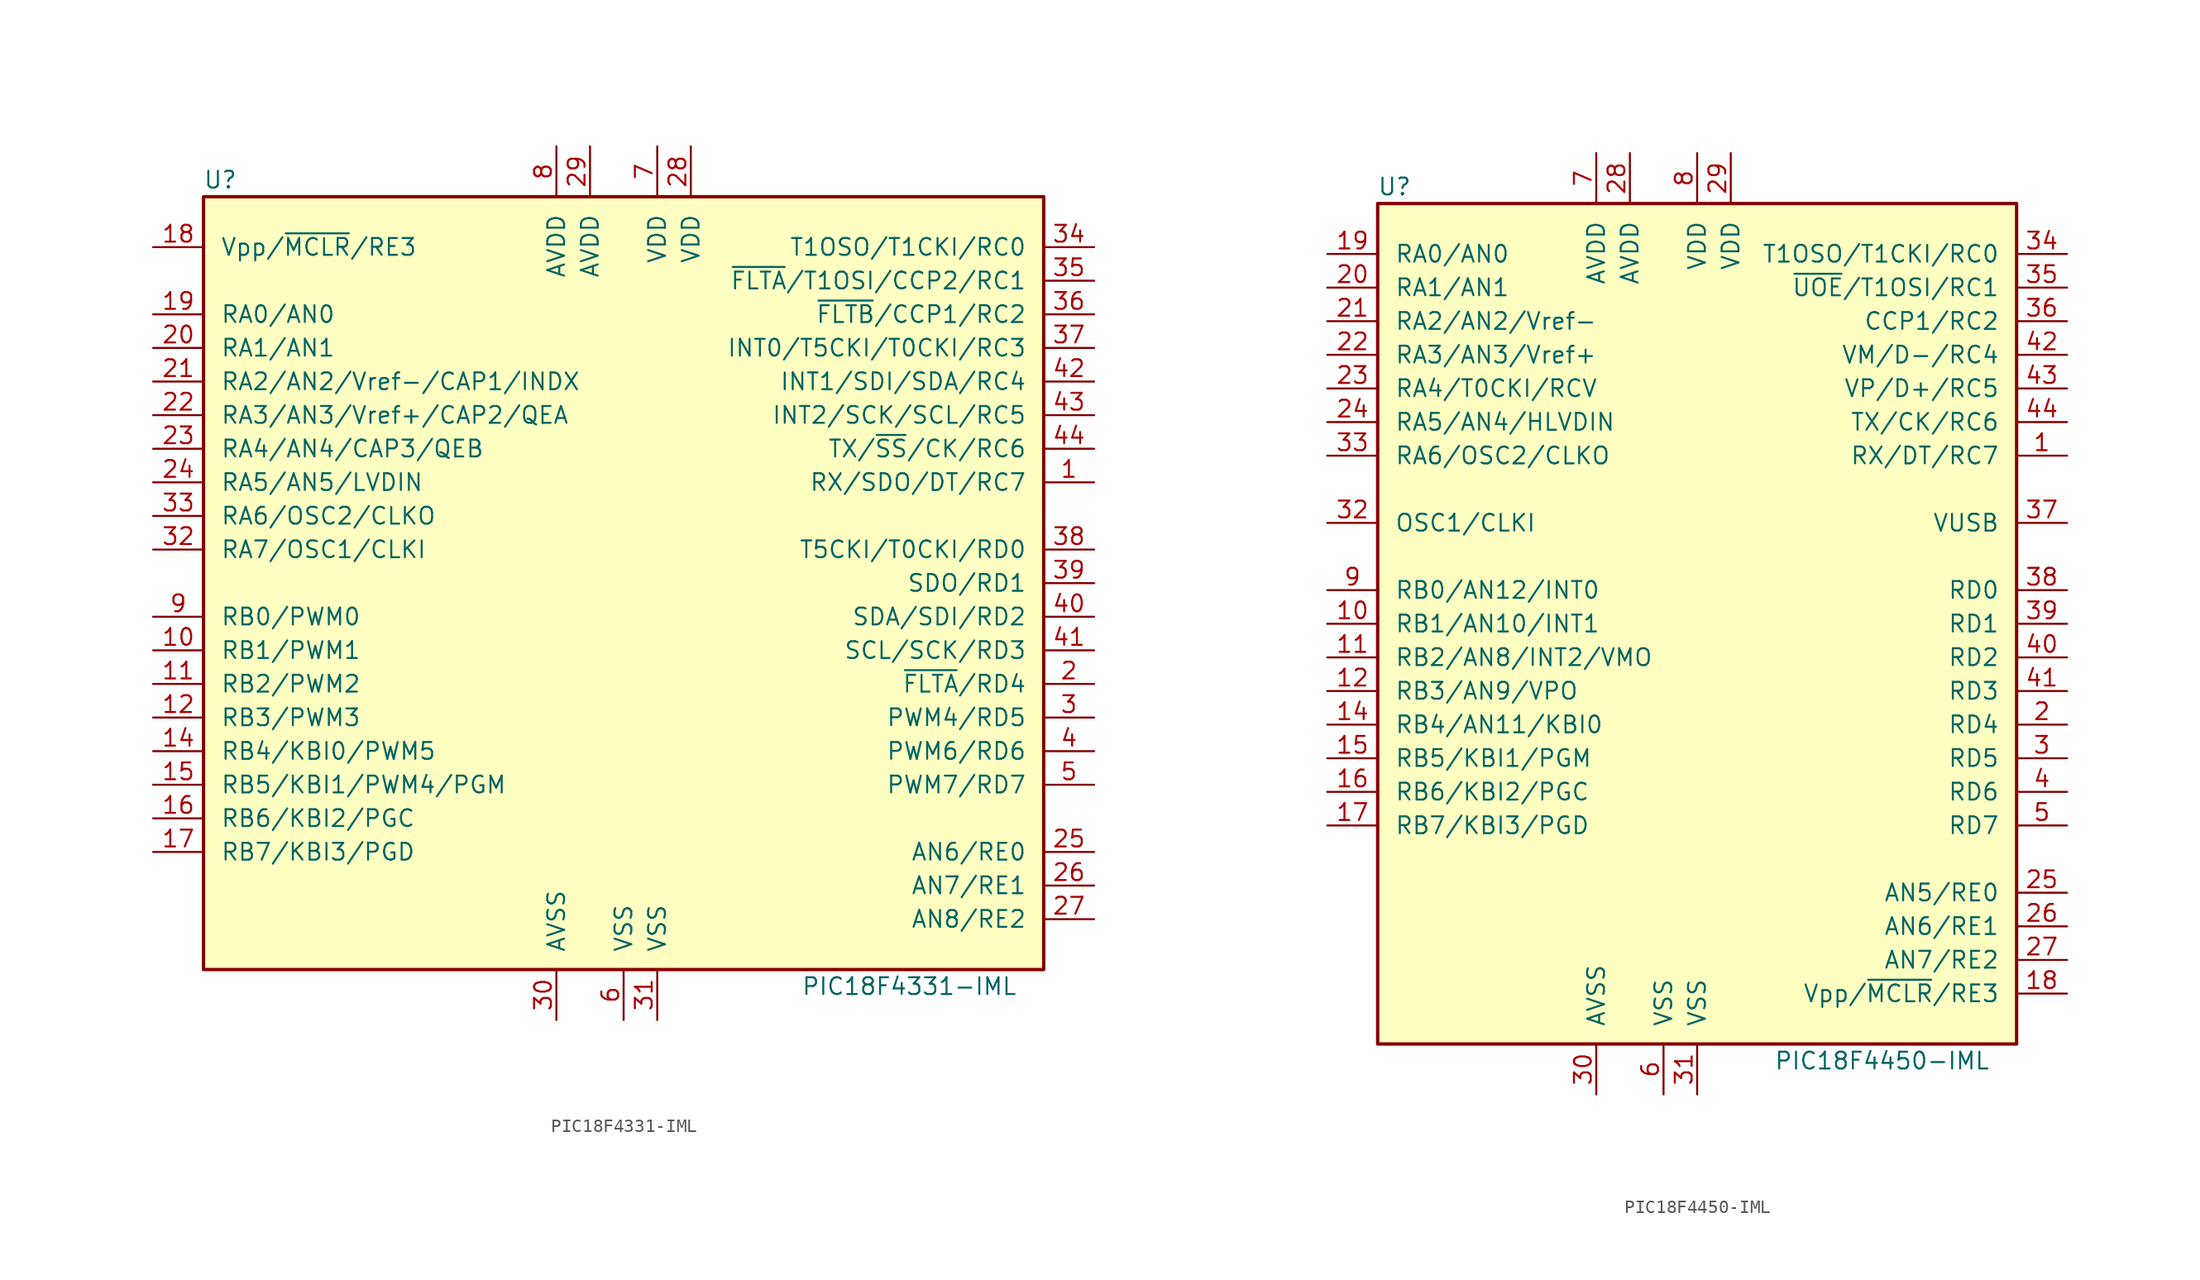
<source format=kicad_sym>
(kicad_symbol_lib
  (version 20200908)
  (generator kicad_symbol_editor)
  (symbol "MCU_Microchip_PIC18:PIC18F4331-IML"
    (pin_names
      (offset 1.27))
    (property "Reference" "U"
      (at -30.48 30.48 0)
      (effects (font (size 1.27 1.27))))
    (property "Value" "PIC18F4331-IML"
      (at 21.59 -30.48 0)
      (effects (font (size 1.27 1.27))))
    (symbol "PIC18F4331-IML_0_1"
      (rectangle (start -31.75 29.21) (end 31.75 -29.21) (stroke (width 0.254)) (fill (type background))))
    (symbol "PIC18F4331-IML_1_1"
      (pin bidirectional line (at 35.56 7.62 180) (length 3.81) (name "RX/SDO/DT/RC7" (effects (font (size 1.27 1.27)))) (number "1" (effects (font (size 1.27 1.27)))))
      (pin bidirectional line (at -35.56 -5.08 0) (length 3.81) (name "RB1/PWM1" (effects (font (size 1.27 1.27)))) (number "10" (effects (font (size 1.27 1.27)))))
      (pin bidirectional line (at -35.56 -7.62 0) (length 3.81) (name "RB2/PWM2" (effects (font (size 1.27 1.27)))) (number "11" (effects (font (size 1.27 1.27)))))
      (pin bidirectional line (at -35.56 -10.16 0) (length 3.81) (name "RB3/PWM3" (effects (font (size 1.27 1.27)))) (number "12" (effects (font (size 1.27 1.27)))))
      (pin unconnected line (at -10.16 -33.02 90) (length 3.81) hide (name "NC" (effects (font (size 1.27 1.27)))) (number "13" (effects (font (size 1.27 1.27)))))
      (pin bidirectional line (at -35.56 -12.7 0) (length 3.81) (name "RB4/KBI0/PWM5" (effects (font (size 1.27 1.27)))) (number "14" (effects (font (size 1.27 1.27)))))
      (pin bidirectional line (at -35.56 -15.24 0) (length 3.81) (name "RB5/KBI1/PWM4/PGM" (effects (font (size 1.27 1.27)))) (number "15" (effects (font (size 1.27 1.27)))))
      (pin bidirectional line (at -35.56 -17.78 0) (length 3.81) (name "RB6/KBI2/PGC" (effects (font (size 1.27 1.27)))) (number "16" (effects (font (size 1.27 1.27)))))
      (pin bidirectional line (at -35.56 -20.32 0) (length 3.81) (name "RB7/KBI3/PGD" (effects (font (size 1.27 1.27)))) (number "17" (effects (font (size 1.27 1.27)))))
      (pin input line (at -35.56 25.4 0) (length 3.81) (name "Vpp/~MCLR~/RE3" (effects (font (size 1.27 1.27)))) (number "18" (effects (font (size 1.27 1.27)))))
      (pin bidirectional line (at -35.56 20.32 0) (length 3.81) (name "RA0/AN0" (effects (font (size 1.27 1.27)))) (number "19" (effects (font (size 1.27 1.27)))))
      (pin bidirectional line (at 35.56 -7.62 180) (length 3.81) (name "~FLTA~/RD4" (effects (font (size 1.27 1.27)))) (number "2" (effects (font (size 1.27 1.27)))))
      (pin bidirectional line (at -35.56 17.78 0) (length 3.81) (name "RA1/AN1" (effects (font (size 1.27 1.27)))) (number "20" (effects (font (size 1.27 1.27)))))
      (pin bidirectional line (at -35.56 15.24 0) (length 3.81) (name "RA2/AN2/Vref-/CAP1/INDX" (effects (font (size 1.27 1.27)))) (number "21" (effects (font (size 1.27 1.27)))))
      (pin bidirectional line (at -35.56 12.7 0) (length 3.81) (name "RA3/AN3/Vref+/CAP2/QEA" (effects (font (size 1.27 1.27)))) (number "22" (effects (font (size 1.27 1.27)))))
      (pin bidirectional line (at -35.56 10.16 0) (length 3.81) (name "RA4/AN4/CAP3/QEB" (effects (font (size 1.27 1.27)))) (number "23" (effects (font (size 1.27 1.27)))))
      (pin bidirectional line (at -35.56 7.62 0) (length 3.81) (name "RA5/AN5/LVDIN" (effects (font (size 1.27 1.27)))) (number "24" (effects (font (size 1.27 1.27)))))
      (pin bidirectional line (at 35.56 -20.32 180) (length 3.81) (name "AN6/RE0" (effects (font (size 1.27 1.27)))) (number "25" (effects (font (size 1.27 1.27)))))
      (pin bidirectional line (at 35.56 -22.86 180) (length 3.81) (name "AN7/RE1" (effects (font (size 1.27 1.27)))) (number "26" (effects (font (size 1.27 1.27)))))
      (pin bidirectional line (at 35.56 -25.4 180) (length 3.81) (name "AN8/RE2" (effects (font (size 1.27 1.27)))) (number "27" (effects (font (size 1.27 1.27)))))
      (pin power_in line (at 5.08 33.02 270) (length 3.81) (name "VDD" (effects (font (size 1.27 1.27)))) (number "28" (effects (font (size 1.27 1.27)))))
      (pin power_in line (at -2.54 33.02 270) (length 3.81) (name "AVDD" (effects (font (size 1.27 1.27)))) (number "29" (effects (font (size 1.27 1.27)))))
      (pin bidirectional line (at 35.56 -10.16 180) (length 3.81) (name "PWM4/RD5" (effects (font (size 1.27 1.27)))) (number "3" (effects (font (size 1.27 1.27)))))
      (pin power_in line (at -5.08 -33.02 90) (length 3.81) (name "AVSS" (effects (font (size 1.27 1.27)))) (number "30" (effects (font (size 1.27 1.27)))))
      (pin power_in line (at 2.54 -33.02 90) (length 3.81) (name "VSS" (effects (font (size 1.27 1.27)))) (number "31" (effects (font (size 1.27 1.27)))))
      (pin bidirectional line (at -35.56 2.54 0) (length 3.81) (name "RA7/OSC1/CLKI" (effects (font (size 1.27 1.27)))) (number "32" (effects (font (size 1.27 1.27)))))
      (pin bidirectional line (at -35.56 5.08 0) (length 3.81) (name "RA6/OSC2/CLKO" (effects (font (size 1.27 1.27)))) (number "33" (effects (font (size 1.27 1.27)))))
      (pin bidirectional line (at 35.56 25.4 180) (length 3.81) (name "T1OSO/T1CKI/RC0" (effects (font (size 1.27 1.27)))) (number "34" (effects (font (size 1.27 1.27)))))
      (pin bidirectional line (at 35.56 22.86 180) (length 3.81) (name "~FLTA~/T1OSI/CCP2/RC1" (effects (font (size 1.27 1.27)))) (number "35" (effects (font (size 1.27 1.27)))))
      (pin bidirectional line (at 35.56 20.32 180) (length 3.81) (name "~FLTB~/CCP1/RC2" (effects (font (size 1.27 1.27)))) (number "36" (effects (font (size 1.27 1.27)))))
      (pin bidirectional line (at 35.56 17.78 180) (length 3.81) (name "INT0/T5CKI/T0CKI/RC3" (effects (font (size 1.27 1.27)))) (number "37" (effects (font (size 1.27 1.27)))))
      (pin bidirectional line (at 35.56 2.54 180) (length 3.81) (name "T5CKI/T0CKI/RD0" (effects (font (size 1.27 1.27)))) (number "38" (effects (font (size 1.27 1.27)))))
      (pin bidirectional line (at 35.56 0 180) (length 3.81) (name "SDO/RD1" (effects (font (size 1.27 1.27)))) (number "39" (effects (font (size 1.27 1.27)))))
      (pin bidirectional line (at 35.56 -12.7 180) (length 3.81) (name "PWM6/RD6" (effects (font (size 1.27 1.27)))) (number "4" (effects (font (size 1.27 1.27)))))
      (pin bidirectional line (at 35.56 -2.54 180) (length 3.81) (name "SDA/SDI/RD2" (effects (font (size 1.27 1.27)))) (number "40" (effects (font (size 1.27 1.27)))))
      (pin bidirectional line (at 35.56 -5.08 180) (length 3.81) (name "SCL/SCK/RD3" (effects (font (size 1.27 1.27)))) (number "41" (effects (font (size 1.27 1.27)))))
      (pin bidirectional line (at 35.56 15.24 180) (length 3.81) (name "INT1/SDI/SDA/RC4" (effects (font (size 1.27 1.27)))) (number "42" (effects (font (size 1.27 1.27)))))
      (pin bidirectional line (at 35.56 12.7 180) (length 3.81) (name "INT2/SCK/SCL/RC5" (effects (font (size 1.27 1.27)))) (number "43" (effects (font (size 1.27 1.27)))))
      (pin bidirectional line (at 35.56 10.16 180) (length 3.81) (name "TX/~SS~/CK/RC6" (effects (font (size 1.27 1.27)))) (number "44" (effects (font (size 1.27 1.27)))))
      (pin bidirectional line (at 35.56 -15.24 180) (length 3.81) (name "PWM7/RD7" (effects (font (size 1.27 1.27)))) (number "5" (effects (font (size 1.27 1.27)))))
      (pin power_in line (at 0 -33.02 90) (length 3.81) (name "VSS" (effects (font (size 1.27 1.27)))) (number "6" (effects (font (size 1.27 1.27)))))
      (pin power_in line (at 2.54 33.02 270) (length 3.81) (name "VDD" (effects (font (size 1.27 1.27)))) (number "7" (effects (font (size 1.27 1.27)))))
      (pin power_in line (at -5.08 33.02 270) (length 3.81) (name "AVDD" (effects (font (size 1.27 1.27)))) (number "8" (effects (font (size 1.27 1.27)))))
      (pin bidirectional line (at -35.56 -2.54 0) (length 3.81) (name "RB0/PWM0" (effects (font (size 1.27 1.27)))) (number "9" (effects (font (size 1.27 1.27)))))))
  (symbol "MCU_Microchip_PIC18:PIC18F4450-IML"
    (pin_names
      (offset 1.27))
    (property "Reference" "U"
      (at -22.86 33.02 0)
      (effects (font (size 1.27 1.27))))
    (property "Value" "PIC18F4450-IML"
      (at 13.97 -33.02 0)
      (effects (font (size 1.27 1.27))))
    (symbol "PIC18F4450-IML_0_1"
      (rectangle (start -24.13 31.75) (end 24.13 -31.75) (stroke (width 0.254)) (fill (type background))))
    (symbol "PIC18F4450-IML_1_1"
      (pin bidirectional line (at 27.94 12.7 180) (length 3.81) (name "RX/DT/RC7" (effects (font (size 1.27 1.27)))) (number "1" (effects (font (size 1.27 1.27)))))
      (pin bidirectional line (at -27.94 0 0) (length 3.81) (name "RB1/AN10/INT1" (effects (font (size 1.27 1.27)))) (number "10" (effects (font (size 1.27 1.27)))))
      (pin bidirectional line (at -27.94 -2.54 0) (length 3.81) (name "RB2/AN8/INT2/VMO" (effects (font (size 1.27 1.27)))) (number "11" (effects (font (size 1.27 1.27)))))
      (pin bidirectional line (at -27.94 -5.08 0) (length 3.81) (name "RB3/AN9/VPO" (effects (font (size 1.27 1.27)))) (number "12" (effects (font (size 1.27 1.27)))))
      (pin unconnected line (at -12.7 -35.56 90) (length 3.81) hide (name "NC" (effects (font (size 1.27 1.27)))) (number "13" (effects (font (size 1.27 1.27)))))
      (pin bidirectional line (at -27.94 -7.62 0) (length 3.81) (name "RB4/AN11/KBI0" (effects (font (size 1.27 1.27)))) (number "14" (effects (font (size 1.27 1.27)))))
      (pin bidirectional line (at -27.94 -10.16 0) (length 3.81) (name "RB5/KBI1/PGM" (effects (font (size 1.27 1.27)))) (number "15" (effects (font (size 1.27 1.27)))))
      (pin bidirectional line (at -27.94 -12.7 0) (length 3.81) (name "RB6/KBI2/PGC" (effects (font (size 1.27 1.27)))) (number "16" (effects (font (size 1.27 1.27)))))
      (pin bidirectional line (at -27.94 -15.24 0) (length 3.81) (name "RB7/KBI3/PGD" (effects (font (size 1.27 1.27)))) (number "17" (effects (font (size 1.27 1.27)))))
      (pin input line (at 27.94 -27.94 180) (length 3.81) (name "Vpp/~MCLR~/RE3" (effects (font (size 1.27 1.27)))) (number "18" (effects (font (size 1.27 1.27)))))
      (pin bidirectional line (at -27.94 27.94 0) (length 3.81) (name "RA0/AN0" (effects (font (size 1.27 1.27)))) (number "19" (effects (font (size 1.27 1.27)))))
      (pin bidirectional line (at 27.94 -7.62 180) (length 3.81) (name "RD4" (effects (font (size 1.27 1.27)))) (number "2" (effects (font (size 1.27 1.27)))))
      (pin bidirectional line (at -27.94 25.4 0) (length 3.81) (name "RA1/AN1" (effects (font (size 1.27 1.27)))) (number "20" (effects (font (size 1.27 1.27)))))
      (pin bidirectional line (at -27.94 22.86 0) (length 3.81) (name "RA2/AN2/Vref-" (effects (font (size 1.27 1.27)))) (number "21" (effects (font (size 1.27 1.27)))))
      (pin bidirectional line (at -27.94 20.32 0) (length 3.81) (name "RA3/AN3/Vref+" (effects (font (size 1.27 1.27)))) (number "22" (effects (font (size 1.27 1.27)))))
      (pin bidirectional line (at -27.94 17.78 0) (length 3.81) (name "RA4/T0CKI/RCV" (effects (font (size 1.27 1.27)))) (number "23" (effects (font (size 1.27 1.27)))))
      (pin bidirectional line (at -27.94 15.24 0) (length 3.81) (name "RA5/AN4/HLVDIN" (effects (font (size 1.27 1.27)))) (number "24" (effects (font (size 1.27 1.27)))))
      (pin bidirectional line (at 27.94 -20.32 180) (length 3.81) (name "AN5/RE0" (effects (font (size 1.27 1.27)))) (number "25" (effects (font (size 1.27 1.27)))))
      (pin bidirectional line (at 27.94 -22.86 180) (length 3.81) (name "AN6/RE1" (effects (font (size 1.27 1.27)))) (number "26" (effects (font (size 1.27 1.27)))))
      (pin bidirectional line (at 27.94 -25.4 180) (length 3.81) (name "AN7/RE2" (effects (font (size 1.27 1.27)))) (number "27" (effects (font (size 1.27 1.27)))))
      (pin power_in line (at -5.08 35.56 270) (length 3.81) (name "AVDD" (effects (font (size 1.27 1.27)))) (number "28" (effects (font (size 1.27 1.27)))))
      (pin power_in line (at 2.54 35.56 270) (length 3.81) (name "VDD" (effects (font (size 1.27 1.27)))) (number "29" (effects (font (size 1.27 1.27)))))
      (pin bidirectional line (at 27.94 -10.16 180) (length 3.81) (name "RD5" (effects (font (size 1.27 1.27)))) (number "3" (effects (font (size 1.27 1.27)))))
      (pin power_in line (at -7.62 -35.56 90) (length 3.81) (name "AVSS" (effects (font (size 1.27 1.27)))) (number "30" (effects (font (size 1.27 1.27)))))
      (pin power_in line (at 0 -35.56 90) (length 3.81) (name "VSS" (effects (font (size 1.27 1.27)))) (number "31" (effects (font (size 1.27 1.27)))))
      (pin input line (at -27.94 7.62 0) (length 3.81) (name "OSC1/CLKI" (effects (font (size 1.27 1.27)))) (number "32" (effects (font (size 1.27 1.27)))))
      (pin output line (at -27.94 12.7 0) (length 3.81) (name "RA6/OSC2/CLKO" (effects (font (size 1.27 1.27)))) (number "33" (effects (font (size 1.27 1.27)))))
      (pin bidirectional line (at 27.94 27.94 180) (length 3.81) (name "T1OSO/T1CKI/RC0" (effects (font (size 1.27 1.27)))) (number "34" (effects (font (size 1.27 1.27)))))
      (pin bidirectional line (at 27.94 25.4 180) (length 3.81) (name "~UOE~/T1OSI/RC1" (effects (font (size 1.27 1.27)))) (number "35" (effects (font (size 1.27 1.27)))))
      (pin bidirectional line (at 27.94 22.86 180) (length 3.81) (name "CCP1/RC2" (effects (font (size 1.27 1.27)))) (number "36" (effects (font (size 1.27 1.27)))))
      (pin bidirectional line (at 27.94 7.62 180) (length 3.81) (name "VUSB" (effects (font (size 1.27 1.27)))) (number "37" (effects (font (size 1.27 1.27)))))
      (pin bidirectional line (at 27.94 2.54 180) (length 3.81) (name "RD0" (effects (font (size 1.27 1.27)))) (number "38" (effects (font (size 1.27 1.27)))))
      (pin bidirectional line (at 27.94 0 180) (length 3.81) (name "RD1" (effects (font (size 1.27 1.27)))) (number "39" (effects (font (size 1.27 1.27)))))
      (pin bidirectional line (at 27.94 -12.7 180) (length 3.81) (name "RD6" (effects (font (size 1.27 1.27)))) (number "4" (effects (font (size 1.27 1.27)))))
      (pin bidirectional line (at 27.94 -2.54 180) (length 3.81) (name "RD2" (effects (font (size 1.27 1.27)))) (number "40" (effects (font (size 1.27 1.27)))))
      (pin bidirectional line (at 27.94 -5.08 180) (length 3.81) (name "RD3" (effects (font (size 1.27 1.27)))) (number "41" (effects (font (size 1.27 1.27)))))
      (pin bidirectional line (at 27.94 20.32 180) (length 3.81) (name "VM/D-/RC4" (effects (font (size 1.27 1.27)))) (number "42" (effects (font (size 1.27 1.27)))))
      (pin bidirectional line (at 27.94 17.78 180) (length 3.81) (name "VP/D+/RC5" (effects (font (size 1.27 1.27)))) (number "43" (effects (font (size 1.27 1.27)))))
      (pin bidirectional line (at 27.94 15.24 180) (length 3.81) (name "TX/CK/RC6" (effects (font (size 1.27 1.27)))) (number "44" (effects (font (size 1.27 1.27)))))
      (pin bidirectional line (at 27.94 -15.24 180) (length 3.81) (name "RD7" (effects (font (size 1.27 1.27)))) (number "5" (effects (font (size 1.27 1.27)))))
      (pin power_in line (at -2.54 -35.56 90) (length 3.81) (name "VSS" (effects (font (size 1.27 1.27)))) (number "6" (effects (font (size 1.27 1.27)))))
      (pin power_in line (at -7.62 35.56 270) (length 3.81) (name "AVDD" (effects (font (size 1.27 1.27)))) (number "7" (effects (font (size 1.27 1.27)))))
      (pin power_in line (at 0 35.56 270) (length 3.81) (name "VDD" (effects (font (size 1.27 1.27)))) (number "8" (effects (font (size 1.27 1.27)))))
      (pin bidirectional line (at -27.94 2.54 0) (length 3.81) (name "RB0/AN12/INT0" (effects (font (size 1.27 1.27)))) (number "9" (effects (font (size 1.27 1.27))))))))
</source>
